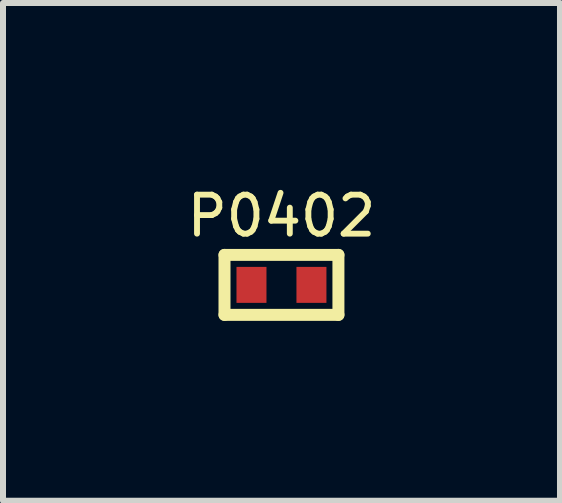
<source format=kicad_pcb>
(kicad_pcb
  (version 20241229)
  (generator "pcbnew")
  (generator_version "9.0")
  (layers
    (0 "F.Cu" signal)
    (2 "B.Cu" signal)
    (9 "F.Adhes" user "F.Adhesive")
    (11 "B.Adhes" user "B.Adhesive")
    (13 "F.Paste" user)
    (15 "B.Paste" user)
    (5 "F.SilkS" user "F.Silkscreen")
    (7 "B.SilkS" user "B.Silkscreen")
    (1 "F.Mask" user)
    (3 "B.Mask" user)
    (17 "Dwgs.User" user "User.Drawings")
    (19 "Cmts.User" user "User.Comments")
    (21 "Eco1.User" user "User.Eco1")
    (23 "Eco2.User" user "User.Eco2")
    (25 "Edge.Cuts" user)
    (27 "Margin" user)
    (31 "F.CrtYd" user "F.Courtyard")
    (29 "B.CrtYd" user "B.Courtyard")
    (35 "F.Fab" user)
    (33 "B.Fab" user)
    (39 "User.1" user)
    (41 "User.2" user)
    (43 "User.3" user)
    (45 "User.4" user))
  (footprint "P0402"
    (layer "F.Cu")
    (at 1.644 1.701)
    (property "Reference" "P0402" (at 0 -1.15 0) (layer "F.SilkS") (effects (font (size 0.65 0.65) (thickness 0.098))))
    (attr smd)
    (fp_line (start -0.95 -0.5) (end 0.95 -0.5) (stroke (width 0.2) (type solid)) (layer "F.SilkS"))
    (fp_line (start -0.95 0.5) (end -0.95 -0.5) (stroke (width 0.2) (type solid)) (layer "F.SilkS"))
    (fp_line (start 0.95 -0.5) (end 0.95 0.5) (stroke (width 0.2) (type solid)) (layer "F.SilkS"))
    (fp_line (start 0.95 0.5) (end -0.95 0.5) (stroke (width 0.2) (type solid)) (layer "F.SilkS"))
    (pad "1" smd rect (at -0.5 0) (size 0.5 0.6) (layers "F.Cu" "F.Mask" "F.Paste"))
    (pad "2" smd rect (at 0.5 0) (size 0.5 0.6) (layers "F.Cu" "F.Mask" "F.Paste")))
  (gr_rect
    (start -3 -3)
    (end 6.289 5.301)
    (stroke (width 0.1) (type default))
    (fill no)
    (layer "Edge.Cuts")))
</source>
